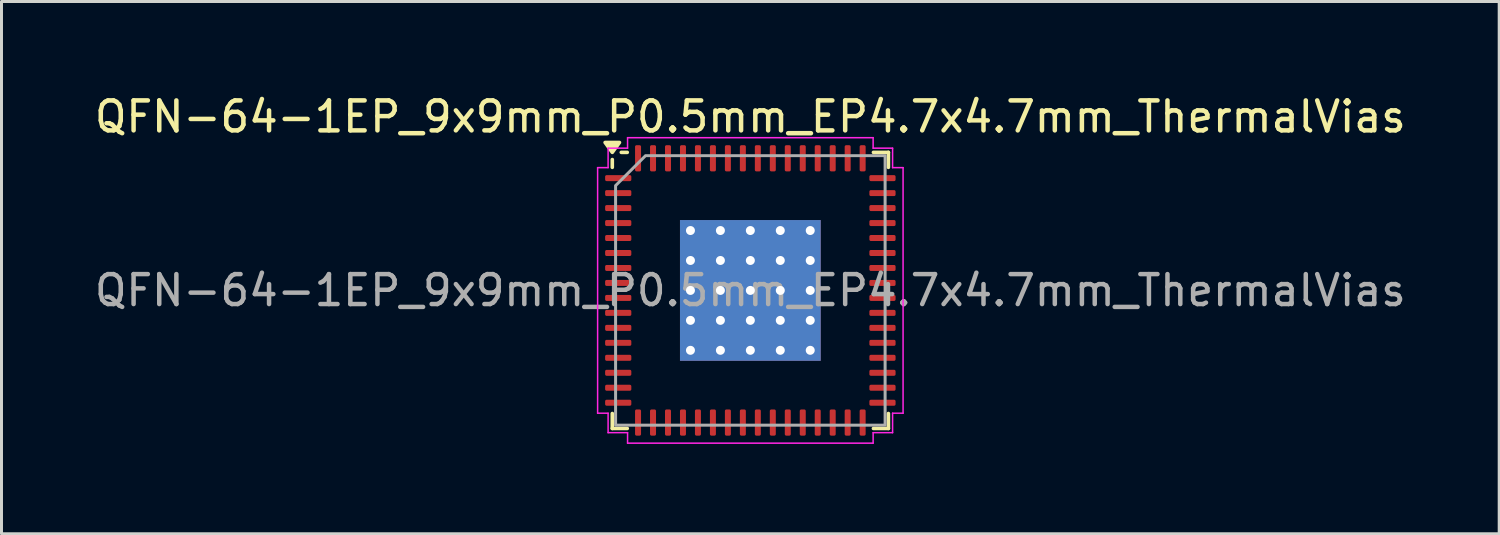
<source format=kicad_pcb>
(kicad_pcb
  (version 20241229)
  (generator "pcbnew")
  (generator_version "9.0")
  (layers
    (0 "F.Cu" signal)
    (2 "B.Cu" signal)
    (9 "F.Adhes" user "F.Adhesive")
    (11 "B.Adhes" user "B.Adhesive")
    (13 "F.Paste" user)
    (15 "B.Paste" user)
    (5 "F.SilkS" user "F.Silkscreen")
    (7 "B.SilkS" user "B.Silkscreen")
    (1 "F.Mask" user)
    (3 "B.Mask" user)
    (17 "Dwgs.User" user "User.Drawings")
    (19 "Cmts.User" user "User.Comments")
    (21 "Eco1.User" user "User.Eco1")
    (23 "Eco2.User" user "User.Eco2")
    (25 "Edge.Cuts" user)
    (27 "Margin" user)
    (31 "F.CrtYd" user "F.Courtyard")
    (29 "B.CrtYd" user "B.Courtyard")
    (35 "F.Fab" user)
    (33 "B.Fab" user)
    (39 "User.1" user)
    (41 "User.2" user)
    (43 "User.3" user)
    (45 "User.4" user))
  (footprint "QFN-64-1EP_9x9mm_P0.5mm_EP4.7x4.7mm_ThermalVias"
    (layer "F.Cu")
    (at 22.006 6.648)
    (property "Reference" "QFN-64-1EP_9x9mm_P0.5mm_EP4.7x4.7mm_ThermalVias" (at 0 -5.8 0) (layer "F.SilkS") (effects (font (size 1 1) (thickness 0.15))))
    (attr smd)
    (fp_line (start -4.61 -4.11) (end -4.61 -4.37) (stroke (width 0.12) (type solid)) (layer "F.SilkS"))
    (fp_line (start -4.61 4.61) (end -4.61 4.11) (stroke (width 0.12) (type solid)) (layer "F.SilkS"))
    (fp_line (start -4.11 -4.61) (end -4.31 -4.61) (stroke (width 0.12) (type solid)) (layer "F.SilkS"))
    (fp_line (start -4.11 4.61) (end -4.61 4.61) (stroke (width 0.12) (type solid)) (layer "F.SilkS"))
    (fp_line (start 4.11 -4.61) (end 4.61 -4.61) (stroke (width 0.12) (type solid)) (layer "F.SilkS"))
    (fp_line (start 4.11 4.61) (end 4.61 4.61) (stroke (width 0.12) (type solid)) (layer "F.SilkS"))
    (fp_line (start 4.61 -4.61) (end 4.61 -4.11) (stroke (width 0.12) (type solid)) (layer "F.SilkS"))
    (fp_line (start 4.61 4.61) (end 4.61 4.11) (stroke (width 0.12) (type solid)) (layer "F.SilkS"))
    (fp_poly (pts (xy -4.61 -4.61) (xy -4.85 -4.94) (xy -4.37 -4.94)) (stroke (width 0.12) (type solid)) (fill yes) (layer "F.SilkS"))
    (fp_line (start -5.1 -4.1) (end -4.75 -4.1) (stroke (width 0.05) (type solid)) (layer "F.CrtYd"))
    (fp_line (start -5.1 4.1) (end -5.1 -4.1) (stroke (width 0.05) (type solid)) (layer "F.CrtYd"))
    (fp_line (start -4.75 -4.75) (end -4.1 -4.75) (stroke (width 0.05) (type solid)) (layer "F.CrtYd"))
    (fp_line (start -4.75 -4.1) (end -4.75 -4.75) (stroke (width 0.05) (type solid)) (layer "F.CrtYd"))
    (fp_line (start -4.75 4.1) (end -5.1 4.1) (stroke (width 0.05) (type solid)) (layer "F.CrtYd"))
    (fp_line (start -4.75 4.75) (end -4.75 4.1) (stroke (width 0.05) (type solid)) (layer "F.CrtYd"))
    (fp_line (start -4.1 -5.1) (end 4.1 -5.1) (stroke (width 0.05) (type solid)) (layer "F.CrtYd"))
    (fp_line (start -4.1 -4.75) (end -4.1 -5.1) (stroke (width 0.05) (type solid)) (layer "F.CrtYd"))
    (fp_line (start -4.1 4.75) (end -4.75 4.75) (stroke (width 0.05) (type solid)) (layer "F.CrtYd"))
    (fp_line (start -4.1 5.1) (end -4.1 4.75) (stroke (width 0.05) (type solid)) (layer "F.CrtYd"))
    (fp_line (start 4.1 -5.1) (end 4.1 -4.75) (stroke (width 0.05) (type solid)) (layer "F.CrtYd"))
    (fp_line (start 4.1 -4.75) (end 4.75 -4.75) (stroke (width 0.05) (type solid)) (layer "F.CrtYd"))
    (fp_line (start 4.1 4.75) (end 4.1 5.1) (stroke (width 0.05) (type solid)) (layer "F.CrtYd"))
    (fp_line (start 4.1 5.1) (end -4.1 5.1) (stroke (width 0.05) (type solid)) (layer "F.CrtYd"))
    (fp_line (start 4.75 -4.75) (end 4.75 -4.1) (stroke (width 0.05) (type solid)) (layer "F.CrtYd"))
    (fp_line (start 4.75 -4.1) (end 5.1 -4.1) (stroke (width 0.05) (type solid)) (layer "F.CrtYd"))
    (fp_line (start 4.75 4.1) (end 4.75 4.75) (stroke (width 0.05) (type solid)) (layer "F.CrtYd"))
    (fp_line (start 4.75 4.75) (end 4.1 4.75) (stroke (width 0.05) (type solid)) (layer "F.CrtYd"))
    (fp_line (start 5.1 -4.1) (end 5.1 4.1) (stroke (width 0.05) (type solid)) (layer "F.CrtYd"))
    (fp_line (start 5.1 4.1) (end 4.75 4.1) (stroke (width 0.05) (type solid)) (layer "F.CrtYd"))
    (fp_poly (pts (xy -4.5 -3.5) (xy -4.5 4.5) (xy 4.5 4.5) (xy 4.5 -4.5) (xy -3.5 -4.5)) (stroke (width 0.1) (type solid)) (fill no) (layer "F.Fab"))
    (fp_text user "${REFERENCE}" (at 0 0 0) (layer "F.Fab") (effects (font (size 1 1) (thickness 0.15))))
    (pad "" smd circle (at -1.5 -1.5) (size 0.75 0.75) (layers "F.Paste"))
    (pad "" smd circle (at -1.5 -0.5) (size 0.75 0.75) (layers "F.Paste"))
    (pad "" smd circle (at -1.5 0.5) (size 0.75 0.75) (layers "F.Paste"))
    (pad "" smd circle (at -1.5 1.5) (size 0.75 0.75) (layers "F.Paste"))
    (pad "" smd circle (at -0.5 -1.5) (size 0.75 0.75) (layers "F.Paste"))
    (pad "" smd circle (at -0.5 -0.5) (size 0.75 0.75) (layers "F.Paste"))
    (pad "" smd circle (at -0.5 0.5) (size 0.75 0.75) (layers "F.Paste"))
    (pad "" smd circle (at -0.5 1.5) (size 0.75 0.75) (layers "F.Paste"))
    (pad "" smd circle (at 0.5 -1.5) (size 0.75 0.75) (layers "F.Paste"))
    (pad "" smd circle (at 0.5 -0.5) (size 0.75 0.75) (layers "F.Paste"))
    (pad "" smd circle (at 0.5 0.5) (size 0.75 0.75) (layers "F.Paste"))
    (pad "" smd circle (at 0.5 1.5) (size 0.75 0.75) (layers "F.Paste"))
    (pad "" smd circle (at 1.5 -1.5) (size 0.75 0.75) (layers "F.Paste"))
    (pad "" smd circle (at 1.5 -0.5) (size 0.75 0.75) (layers "F.Paste"))
    (pad "" smd circle (at 1.5 0.5) (size 0.75 0.75) (layers "F.Paste"))
    (pad "" smd circle (at 1.5 1.5) (size 0.75 0.75) (layers "F.Paste"))
    (pad "1" smd roundrect (at -4.412 -3.75) (size 0.875 0.2) (layers "F.Cu" "F.Mask" "F.Paste") (roundrect_rratio 0.25))
    (pad "2" smd roundrect (at -4.412 -3.25) (size 0.875 0.2) (layers "F.Cu" "F.Mask" "F.Paste") (roundrect_rratio 0.25))
    (pad "3" smd roundrect (at -4.412 -2.75) (size 0.875 0.2) (layers "F.Cu" "F.Mask" "F.Paste") (roundrect_rratio 0.25))
    (pad "4" smd roundrect (at -4.412 -2.25) (size 0.875 0.2) (layers "F.Cu" "F.Mask" "F.Paste") (roundrect_rratio 0.25))
    (pad "5" smd roundrect (at -4.412 -1.75) (size 0.875 0.2) (layers "F.Cu" "F.Mask" "F.Paste") (roundrect_rratio 0.25))
    (pad "6" smd roundrect (at -4.412 -1.25) (size 0.875 0.2) (layers "F.Cu" "F.Mask" "F.Paste") (roundrect_rratio 0.25))
    (pad "7" smd roundrect (at -4.412 -0.75) (size 0.875 0.2) (layers "F.Cu" "F.Mask" "F.Paste") (roundrect_rratio 0.25))
    (pad "8" smd roundrect (at -4.412 -0.25) (size 0.875 0.2) (layers "F.Cu" "F.Mask" "F.Paste") (roundrect_rratio 0.25))
    (pad "9" smd roundrect (at -4.412 0.25) (size 0.875 0.2) (layers "F.Cu" "F.Mask" "F.Paste") (roundrect_rratio 0.25))
    (pad "10" smd roundrect (at -4.412 0.75) (size 0.875 0.2) (layers "F.Cu" "F.Mask" "F.Paste") (roundrect_rratio 0.25))
    (pad "11" smd roundrect (at -4.412 1.25) (size 0.875 0.2) (layers "F.Cu" "F.Mask" "F.Paste") (roundrect_rratio 0.25))
    (pad "12" smd roundrect (at -4.412 1.75) (size 0.875 0.2) (layers "F.Cu" "F.Mask" "F.Paste") (roundrect_rratio 0.25))
    (pad "13" smd roundrect (at -4.412 2.25) (size 0.875 0.2) (layers "F.Cu" "F.Mask" "F.Paste") (roundrect_rratio 0.25))
    (pad "14" smd roundrect (at -4.412 2.75) (size 0.875 0.2) (layers "F.Cu" "F.Mask" "F.Paste") (roundrect_rratio 0.25))
    (pad "15" smd roundrect (at -4.412 3.25) (size 0.875 0.2) (layers "F.Cu" "F.Mask" "F.Paste") (roundrect_rratio 0.25))
    (pad "16" smd roundrect (at -4.412 3.75) (size 0.875 0.2) (layers "F.Cu" "F.Mask" "F.Paste") (roundrect_rratio 0.25))
    (pad "17" smd roundrect (at -3.75 4.412) (size 0.2 0.875) (layers "F.Cu" "F.Mask" "F.Paste") (roundrect_rratio 0.25))
    (pad "18" smd roundrect (at -3.25 4.412) (size 0.2 0.875) (layers "F.Cu" "F.Mask" "F.Paste") (roundrect_rratio 0.25))
    (pad "19" smd roundrect (at -2.75 4.412) (size 0.2 0.875) (layers "F.Cu" "F.Mask" "F.Paste") (roundrect_rratio 0.25))
    (pad "20" smd roundrect (at -2.25 4.412) (size 0.2 0.875) (layers "F.Cu" "F.Mask" "F.Paste") (roundrect_rratio 0.25))
    (pad "21" smd roundrect (at -1.75 4.412) (size 0.2 0.875) (layers "F.Cu" "F.Mask" "F.Paste") (roundrect_rratio 0.25))
    (pad "22" smd roundrect (at -1.25 4.412) (size 0.2 0.875) (layers "F.Cu" "F.Mask" "F.Paste") (roundrect_rratio 0.25))
    (pad "23" smd roundrect (at -0.75 4.412) (size 0.2 0.875) (layers "F.Cu" "F.Mask" "F.Paste") (roundrect_rratio 0.25))
    (pad "24" smd roundrect (at -0.25 4.412) (size 0.2 0.875) (layers "F.Cu" "F.Mask" "F.Paste") (roundrect_rratio 0.25))
    (pad "25" smd roundrect (at 0.25 4.412) (size 0.2 0.875) (layers "F.Cu" "F.Mask" "F.Paste") (roundrect_rratio 0.25))
    (pad "26" smd roundrect (at 0.75 4.412) (size 0.2 0.875) (layers "F.Cu" "F.Mask" "F.Paste") (roundrect_rratio 0.25))
    (pad "27" smd roundrect (at 1.25 4.412) (size 0.2 0.875) (layers "F.Cu" "F.Mask" "F.Paste") (roundrect_rratio 0.25))
    (pad "28" smd roundrect (at 1.75 4.412) (size 0.2 0.875) (layers "F.Cu" "F.Mask" "F.Paste") (roundrect_rratio 0.25))
    (pad "29" smd roundrect (at 2.25 4.412) (size 0.2 0.875) (layers "F.Cu" "F.Mask" "F.Paste") (roundrect_rratio 0.25))
    (pad "30" smd roundrect (at 2.75 4.412) (size 0.2 0.875) (layers "F.Cu" "F.Mask" "F.Paste") (roundrect_rratio 0.25))
    (pad "31" smd roundrect (at 3.25 4.412) (size 0.2 0.875) (layers "F.Cu" "F.Mask" "F.Paste") (roundrect_rratio 0.25))
    (pad "32" smd roundrect (at 3.75 4.412) (size 0.2 0.875) (layers "F.Cu" "F.Mask" "F.Paste") (roundrect_rratio 0.25))
    (pad "33" smd roundrect (at 4.412 3.75) (size 0.875 0.2) (layers "F.Cu" "F.Mask" "F.Paste") (roundrect_rratio 0.25))
    (pad "34" smd roundrect (at 4.412 3.25) (size 0.875 0.2) (layers "F.Cu" "F.Mask" "F.Paste") (roundrect_rratio 0.25))
    (pad "35" smd roundrect (at 4.412 2.75) (size 0.875 0.2) (layers "F.Cu" "F.Mask" "F.Paste") (roundrect_rratio 0.25))
    (pad "36" smd roundrect (at 4.412 2.25) (size 0.875 0.2) (layers "F.Cu" "F.Mask" "F.Paste") (roundrect_rratio 0.25))
    (pad "37" smd roundrect (at 4.412 1.75) (size 0.875 0.2) (layers "F.Cu" "F.Mask" "F.Paste") (roundrect_rratio 0.25))
    (pad "38" smd roundrect (at 4.412 1.25) (size 0.875 0.2) (layers "F.Cu" "F.Mask" "F.Paste") (roundrect_rratio 0.25))
    (pad "39" smd roundrect (at 4.412 0.75) (size 0.875 0.2) (layers "F.Cu" "F.Mask" "F.Paste") (roundrect_rratio 0.25))
    (pad "40" smd roundrect (at 4.412 0.25) (size 0.875 0.2) (layers "F.Cu" "F.Mask" "F.Paste") (roundrect_rratio 0.25))
    (pad "41" smd roundrect (at 4.412 -0.25) (size 0.875 0.2) (layers "F.Cu" "F.Mask" "F.Paste") (roundrect_rratio 0.25))
    (pad "42" smd roundrect (at 4.412 -0.75) (size 0.875 0.2) (layers "F.Cu" "F.Mask" "F.Paste") (roundrect_rratio 0.25))
    (pad "43" smd roundrect (at 4.412 -1.25) (size 0.875 0.2) (layers "F.Cu" "F.Mask" "F.Paste") (roundrect_rratio 0.25))
    (pad "44" smd roundrect (at 4.412 -1.75) (size 0.875 0.2) (layers "F.Cu" "F.Mask" "F.Paste") (roundrect_rratio 0.25))
    (pad "45" smd roundrect (at 4.412 -2.25) (size 0.875 0.2) (layers "F.Cu" "F.Mask" "F.Paste") (roundrect_rratio 0.25))
    (pad "46" smd roundrect (at 4.412 -2.75) (size 0.875 0.2) (layers "F.Cu" "F.Mask" "F.Paste") (roundrect_rratio 0.25))
    (pad "47" smd roundrect (at 4.412 -3.25) (size 0.875 0.2) (layers "F.Cu" "F.Mask" "F.Paste") (roundrect_rratio 0.25))
    (pad "48" smd roundrect (at 4.412 -3.75) (size 0.875 0.2) (layers "F.Cu" "F.Mask" "F.Paste") (roundrect_rratio 0.25))
    (pad "49" smd roundrect (at 3.75 -4.412) (size 0.2 0.875) (layers "F.Cu" "F.Mask" "F.Paste") (roundrect_rratio 0.25))
    (pad "50" smd roundrect (at 3.25 -4.412) (size 0.2 0.875) (layers "F.Cu" "F.Mask" "F.Paste") (roundrect_rratio 0.25))
    (pad "51" smd roundrect (at 2.75 -4.412) (size 0.2 0.875) (layers "F.Cu" "F.Mask" "F.Paste") (roundrect_rratio 0.25))
    (pad "52" smd roundrect (at 2.25 -4.412) (size 0.2 0.875) (layers "F.Cu" "F.Mask" "F.Paste") (roundrect_rratio 0.25))
    (pad "53" smd roundrect (at 1.75 -4.412) (size 0.2 0.875) (layers "F.Cu" "F.Mask" "F.Paste") (roundrect_rratio 0.25))
    (pad "54" smd roundrect (at 1.25 -4.412) (size 0.2 0.875) (layers "F.Cu" "F.Mask" "F.Paste") (roundrect_rratio 0.25))
    (pad "55" smd roundrect (at 0.75 -4.412) (size 0.2 0.875) (layers "F.Cu" "F.Mask" "F.Paste") (roundrect_rratio 0.25))
    (pad "56" smd roundrect (at 0.25 -4.412) (size 0.2 0.875) (layers "F.Cu" "F.Mask" "F.Paste") (roundrect_rratio 0.25))
    (pad "57" smd roundrect (at -0.25 -4.412) (size 0.2 0.875) (layers "F.Cu" "F.Mask" "F.Paste") (roundrect_rratio 0.25))
    (pad "58" smd roundrect (at -0.75 -4.412) (size 0.2 0.875) (layers "F.Cu" "F.Mask" "F.Paste") (roundrect_rratio 0.25))
    (pad "59" smd roundrect (at -1.25 -4.412) (size 0.2 0.875) (layers "F.Cu" "F.Mask" "F.Paste") (roundrect_rratio 0.25))
    (pad "60" smd roundrect (at -1.75 -4.412) (size 0.2 0.875) (layers "F.Cu" "F.Mask" "F.Paste") (roundrect_rratio 0.25))
    (pad "61" smd roundrect (at -2.25 -4.412) (size 0.2 0.875) (layers "F.Cu" "F.Mask" "F.Paste") (roundrect_rratio 0.25))
    (pad "62" smd roundrect (at -2.75 -4.412) (size 0.2 0.875) (layers "F.Cu" "F.Mask" "F.Paste") (roundrect_rratio 0.25))
    (pad "63" smd roundrect (at -3.25 -4.412) (size 0.2 0.875) (layers "F.Cu" "F.Mask" "F.Paste") (roundrect_rratio 0.25))
    (pad "64" smd roundrect (at -3.75 -4.412) (size 0.2 0.875) (layers "F.Cu" "F.Mask" "F.Paste") (roundrect_rratio 0.25))
    (pad "65" thru_hole circle (at -2 -2) (size 0.5 0.5) (drill 0.3) (property pad_prop_heatsink) (layers "*.Cu"))
    (pad "65" thru_hole circle (at -2 -1) (size 0.5 0.5) (drill 0.3) (property pad_prop_heatsink) (layers "*.Cu"))
    (pad "65" thru_hole circle (at -2 0) (size 0.5 0.5) (drill 0.3) (property pad_prop_heatsink) (layers "*.Cu"))
    (pad "65" thru_hole circle (at -2 1) (size 0.5 0.5) (drill 0.3) (property pad_prop_heatsink) (layers "*.Cu"))
    (pad "65" thru_hole circle (at -2 2) (size 0.5 0.5) (drill 0.3) (property pad_prop_heatsink) (layers "*.Cu"))
    (pad "65" thru_hole circle (at -1 -2) (size 0.5 0.5) (drill 0.3) (property pad_prop_heatsink) (layers "*.Cu"))
    (pad "65" thru_hole circle (at -1 -1) (size 0.5 0.5) (drill 0.3) (property pad_prop_heatsink) (layers "*.Cu"))
    (pad "65" thru_hole circle (at -1 0) (size 0.5 0.5) (drill 0.3) (property pad_prop_heatsink) (layers "*.Cu"))
    (pad "65" thru_hole circle (at -1 1) (size 0.5 0.5) (drill 0.3) (property pad_prop_heatsink) (layers "*.Cu"))
    (pad "65" thru_hole circle (at -1 2) (size 0.5 0.5) (drill 0.3) (property pad_prop_heatsink) (layers "*.Cu"))
    (pad "65" thru_hole circle (at 0 -2) (size 0.5 0.5) (drill 0.3) (property pad_prop_heatsink) (layers "*.Cu"))
    (pad "65" thru_hole circle (at 0 -1) (size 0.5 0.5) (drill 0.3) (property pad_prop_heatsink) (layers "*.Cu"))
    (pad "65" thru_hole circle (at 0 0) (size 0.5 0.5) (drill 0.3) (property pad_prop_heatsink) (layers "*.Cu"))
    (pad "65" smd rect (at 0 0) (size 4.7 4.7) (property pad_prop_heatsink) (layers "F.Cu" "F.Mask"))
    (pad "65" smd rect (at 0 0) (size 4.7 4.7) (property pad_prop_heatsink) (layers "B.Cu"))
    (pad "65" thru_hole circle (at 0 1) (size 0.5 0.5) (drill 0.3) (property pad_prop_heatsink) (layers "*.Cu"))
    (pad "65" thru_hole circle (at 0 2) (size 0.5 0.5) (drill 0.3) (property pad_prop_heatsink) (layers "*.Cu"))
    (pad "65" thru_hole circle (at 1 -2) (size 0.5 0.5) (drill 0.3) (property pad_prop_heatsink) (layers "*.Cu"))
    (pad "65" thru_hole circle (at 1 -1) (size 0.5 0.5) (drill 0.3) (property pad_prop_heatsink) (layers "*.Cu"))
    (pad "65" thru_hole circle (at 1 0) (size 0.5 0.5) (drill 0.3) (property pad_prop_heatsink) (layers "*.Cu"))
    (pad "65" thru_hole circle (at 1 1) (size 0.5 0.5) (drill 0.3) (property pad_prop_heatsink) (layers "*.Cu"))
    (pad "65" thru_hole circle (at 1 2) (size 0.5 0.5) (drill 0.3) (property pad_prop_heatsink) (layers "*.Cu"))
    (pad "65" thru_hole circle (at 2 -2) (size 0.5 0.5) (drill 0.3) (property pad_prop_heatsink) (layers "*.Cu"))
    (pad "65" thru_hole circle (at 2 -1) (size 0.5 0.5) (drill 0.3) (property pad_prop_heatsink) (layers "*.Cu"))
    (pad "65" thru_hole circle (at 2 0) (size 0.5 0.5) (drill 0.3) (property pad_prop_heatsink) (layers "*.Cu"))
    (pad "65" thru_hole circle (at 2 1) (size 0.5 0.5) (drill 0.3) (property pad_prop_heatsink) (layers "*.Cu"))
    (pad "65" thru_hole circle (at 2 2) (size 0.5 0.5) (drill 0.3) (property pad_prop_heatsink) (layers "*.Cu")))
  (gr_rect
    (start -3 -3)
    (end 47.012 14.773)
    (stroke (width 0.1) (type default))
    (fill no)
    (layer "Edge.Cuts")))
</source>
